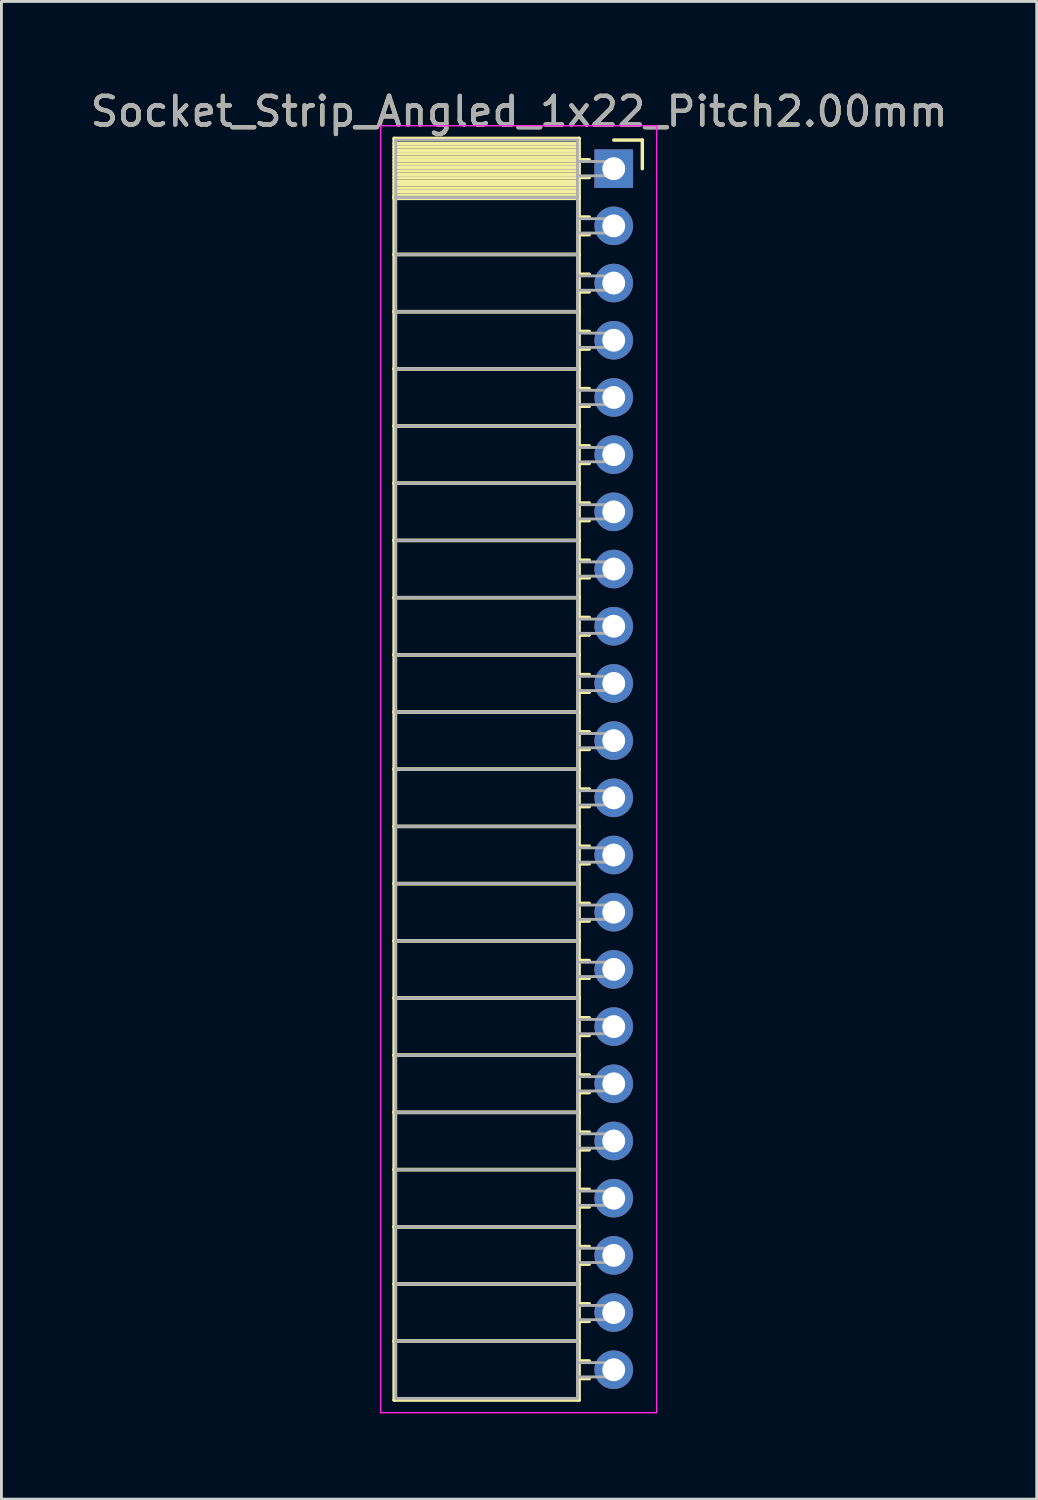
<source format=kicad_pcb>
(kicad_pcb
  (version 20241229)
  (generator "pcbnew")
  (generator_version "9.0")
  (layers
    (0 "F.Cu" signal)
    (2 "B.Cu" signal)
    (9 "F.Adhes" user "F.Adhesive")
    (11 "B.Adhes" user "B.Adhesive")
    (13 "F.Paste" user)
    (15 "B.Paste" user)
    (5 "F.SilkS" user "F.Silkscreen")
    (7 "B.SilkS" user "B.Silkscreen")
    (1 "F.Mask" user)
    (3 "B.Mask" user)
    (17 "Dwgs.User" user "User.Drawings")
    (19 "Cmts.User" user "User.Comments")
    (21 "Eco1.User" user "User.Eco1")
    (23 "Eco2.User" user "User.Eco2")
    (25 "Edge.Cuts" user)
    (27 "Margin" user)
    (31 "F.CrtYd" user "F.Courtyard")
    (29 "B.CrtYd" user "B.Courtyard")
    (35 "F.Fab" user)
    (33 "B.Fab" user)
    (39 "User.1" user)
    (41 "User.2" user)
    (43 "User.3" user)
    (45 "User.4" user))
  (footprint "Socket_Strip_Angled_1x22_Pitch2.00mm"
    (layer "F.Cu")
    (at 18.411 2.848)
    (property "Reference" "Socket_Strip_Angled_1x22_Pitch2.00mm" (at -3.31 -2 0) (layer "F.SilkS") (effects (font (size 1 1) (thickness 0.15))))
    (attr through_hole)
    (fp_line (start -7.68 -1.06) (end -1.21 -1.06) (stroke (width 0.12) (type solid)) (layer "F.SilkS"))
    (fp_line (start -7.68 1) (end -7.68 -1.06) (stroke (width 0.12) (type solid)) (layer "F.SilkS"))
    (fp_line (start -7.68 1) (end -1.21 1) (stroke (width 0.12) (type solid)) (layer "F.SilkS"))
    (fp_line (start -7.68 3) (end -7.68 1) (stroke (width 0.12) (type solid)) (layer "F.SilkS"))
    (fp_line (start -7.68 3) (end -1.21 3) (stroke (width 0.12) (type solid)) (layer "F.SilkS"))
    (fp_line (start -7.68 5) (end -7.68 3) (stroke (width 0.12) (type solid)) (layer "F.SilkS"))
    (fp_line (start -7.68 5) (end -1.21 5) (stroke (width 0.12) (type solid)) (layer "F.SilkS"))
    (fp_line (start -7.68 7) (end -7.68 5) (stroke (width 0.12) (type solid)) (layer "F.SilkS"))
    (fp_line (start -7.68 7) (end -1.21 7) (stroke (width 0.12) (type solid)) (layer "F.SilkS"))
    (fp_line (start -7.68 9) (end -7.68 7) (stroke (width 0.12) (type solid)) (layer "F.SilkS"))
    (fp_line (start -7.68 9) (end -1.21 9) (stroke (width 0.12) (type solid)) (layer "F.SilkS"))
    (fp_line (start -7.68 11) (end -7.68 9) (stroke (width 0.12) (type solid)) (layer "F.SilkS"))
    (fp_line (start -7.68 11) (end -1.21 11) (stroke (width 0.12) (type solid)) (layer "F.SilkS"))
    (fp_line (start -7.68 13) (end -7.68 11) (stroke (width 0.12) (type solid)) (layer "F.SilkS"))
    (fp_line (start -7.68 13) (end -1.21 13) (stroke (width 0.12) (type solid)) (layer "F.SilkS"))
    (fp_line (start -7.68 15) (end -7.68 13) (stroke (width 0.12) (type solid)) (layer "F.SilkS"))
    (fp_line (start -7.68 15) (end -1.21 15) (stroke (width 0.12) (type solid)) (layer "F.SilkS"))
    (fp_line (start -7.68 17) (end -7.68 15) (stroke (width 0.12) (type solid)) (layer "F.SilkS"))
    (fp_line (start -7.68 17) (end -1.21 17) (stroke (width 0.12) (type solid)) (layer "F.SilkS"))
    (fp_line (start -7.68 19) (end -7.68 17) (stroke (width 0.12) (type solid)) (layer "F.SilkS"))
    (fp_line (start -7.68 19) (end -1.21 19) (stroke (width 0.12) (type solid)) (layer "F.SilkS"))
    (fp_line (start -7.68 21) (end -7.68 19) (stroke (width 0.12) (type solid)) (layer "F.SilkS"))
    (fp_line (start -7.68 21) (end -1.21 21) (stroke (width 0.12) (type solid)) (layer "F.SilkS"))
    (fp_line (start -7.68 23) (end -7.68 21) (stroke (width 0.12) (type solid)) (layer "F.SilkS"))
    (fp_line (start -7.68 23) (end -1.21 23) (stroke (width 0.12) (type solid)) (layer "F.SilkS"))
    (fp_line (start -7.68 25) (end -7.68 23) (stroke (width 0.12) (type solid)) (layer "F.SilkS"))
    (fp_line (start -7.68 25) (end -1.21 25) (stroke (width 0.12) (type solid)) (layer "F.SilkS"))
    (fp_line (start -7.68 27) (end -7.68 25) (stroke (width 0.12) (type solid)) (layer "F.SilkS"))
    (fp_line (start -7.68 27) (end -1.21 27) (stroke (width 0.12) (type solid)) (layer "F.SilkS"))
    (fp_line (start -7.68 29) (end -7.68 27) (stroke (width 0.12) (type solid)) (layer "F.SilkS"))
    (fp_line (start -7.68 29) (end -1.21 29) (stroke (width 0.12) (type solid)) (layer "F.SilkS"))
    (fp_line (start -7.68 31) (end -7.68 29) (stroke (width 0.12) (type solid)) (layer "F.SilkS"))
    (fp_line (start -7.68 31) (end -1.21 31) (stroke (width 0.12) (type solid)) (layer "F.SilkS"))
    (fp_line (start -7.68 33) (end -7.68 31) (stroke (width 0.12) (type solid)) (layer "F.SilkS"))
    (fp_line (start -7.68 33) (end -1.21 33) (stroke (width 0.12) (type solid)) (layer "F.SilkS"))
    (fp_line (start -7.68 35) (end -7.68 33) (stroke (width 0.12) (type solid)) (layer "F.SilkS"))
    (fp_line (start -7.68 35) (end -1.21 35) (stroke (width 0.12) (type solid)) (layer "F.SilkS"))
    (fp_line (start -7.68 37) (end -7.68 35) (stroke (width 0.12) (type solid)) (layer "F.SilkS"))
    (fp_line (start -7.68 37) (end -1.21 37) (stroke (width 0.12) (type solid)) (layer "F.SilkS"))
    (fp_line (start -7.68 39) (end -7.68 37) (stroke (width 0.12) (type solid)) (layer "F.SilkS"))
    (fp_line (start -7.68 39) (end -1.21 39) (stroke (width 0.12) (type solid)) (layer "F.SilkS"))
    (fp_line (start -7.68 41) (end -7.68 39) (stroke (width 0.12) (type solid)) (layer "F.SilkS"))
    (fp_line (start -7.68 41) (end -1.21 41) (stroke (width 0.12) (type solid)) (layer "F.SilkS"))
    (fp_line (start -7.68 43.06) (end -7.68 41) (stroke (width 0.12) (type solid)) (layer "F.SilkS"))
    (fp_line (start -1.21 -1.06) (end -1.21 1) (stroke (width 0.12) (type solid)) (layer "F.SilkS"))
    (fp_line (start -1.21 -0.88) (end -7.68 -0.88) (stroke (width 0.12) (type solid)) (layer "F.SilkS"))
    (fp_line (start -1.21 -0.76) (end -7.68 -0.76) (stroke (width 0.12) (type solid)) (layer "F.SilkS"))
    (fp_line (start -1.21 -0.64) (end -7.68 -0.64) (stroke (width 0.12) (type solid)) (layer "F.SilkS"))
    (fp_line (start -1.21 -0.52) (end -7.68 -0.52) (stroke (width 0.12) (type solid)) (layer "F.SilkS"))
    (fp_line (start -1.21 -0.4) (end -7.68 -0.4) (stroke (width 0.12) (type solid)) (layer "F.SilkS"))
    (fp_line (start -1.21 -0.28) (end -7.68 -0.28) (stroke (width 0.12) (type solid)) (layer "F.SilkS"))
    (fp_line (start -1.21 -0.16) (end -7.68 -0.16) (stroke (width 0.12) (type solid)) (layer "F.SilkS"))
    (fp_line (start -1.21 -0.04) (end -7.68 -0.04) (stroke (width 0.12) (type solid)) (layer "F.SilkS"))
    (fp_line (start -1.21 0.08) (end -7.68 0.08) (stroke (width 0.12) (type solid)) (layer "F.SilkS"))
    (fp_line (start -1.21 0.2) (end -7.68 0.2) (stroke (width 0.12) (type solid)) (layer "F.SilkS"))
    (fp_line (start -1.21 0.32) (end -7.68 0.32) (stroke (width 0.12) (type solid)) (layer "F.SilkS"))
    (fp_line (start -1.21 0.44) (end -7.68 0.44) (stroke (width 0.12) (type solid)) (layer "F.SilkS"))
    (fp_line (start -1.21 0.56) (end -7.68 0.56) (stroke (width 0.12) (type solid)) (layer "F.SilkS"))
    (fp_line (start -1.21 0.68) (end -7.68 0.68) (stroke (width 0.12) (type solid)) (layer "F.SilkS"))
    (fp_line (start -1.21 0.8) (end -7.68 0.8) (stroke (width 0.12) (type solid)) (layer "F.SilkS"))
    (fp_line (start -1.21 0.92) (end -7.68 0.92) (stroke (width 0.12) (type solid)) (layer "F.SilkS"))
    (fp_line (start -1.21 1) (end -7.68 1) (stroke (width 0.12) (type solid)) (layer "F.SilkS"))
    (fp_line (start -1.21 1) (end -1.21 3) (stroke (width 0.12) (type solid)) (layer "F.SilkS"))
    (fp_line (start -1.21 1.04) (end -7.68 1.04) (stroke (width 0.12) (type solid)) (layer "F.SilkS"))
    (fp_line (start -1.21 3) (end -7.68 3) (stroke (width 0.12) (type solid)) (layer "F.SilkS"))
    (fp_line (start -1.21 3) (end -1.21 5) (stroke (width 0.12) (type solid)) (layer "F.SilkS"))
    (fp_line (start -1.21 5) (end -7.68 5) (stroke (width 0.12) (type solid)) (layer "F.SilkS"))
    (fp_line (start -1.21 5) (end -1.21 7) (stroke (width 0.12) (type solid)) (layer "F.SilkS"))
    (fp_line (start -1.21 7) (end -7.68 7) (stroke (width 0.12) (type solid)) (layer "F.SilkS"))
    (fp_line (start -1.21 7) (end -1.21 9) (stroke (width 0.12) (type solid)) (layer "F.SilkS"))
    (fp_line (start -1.21 9) (end -7.68 9) (stroke (width 0.12) (type solid)) (layer "F.SilkS"))
    (fp_line (start -1.21 9) (end -1.21 11) (stroke (width 0.12) (type solid)) (layer "F.SilkS"))
    (fp_line (start -1.21 11) (end -7.68 11) (stroke (width 0.12) (type solid)) (layer "F.SilkS"))
    (fp_line (start -1.21 11) (end -1.21 13) (stroke (width 0.12) (type solid)) (layer "F.SilkS"))
    (fp_line (start -1.21 13) (end -7.68 13) (stroke (width 0.12) (type solid)) (layer "F.SilkS"))
    (fp_line (start -1.21 13) (end -1.21 15) (stroke (width 0.12) (type solid)) (layer "F.SilkS"))
    (fp_line (start -1.21 15) (end -7.68 15) (stroke (width 0.12) (type solid)) (layer "F.SilkS"))
    (fp_line (start -1.21 15) (end -1.21 17) (stroke (width 0.12) (type solid)) (layer "F.SilkS"))
    (fp_line (start -1.21 17) (end -7.68 17) (stroke (width 0.12) (type solid)) (layer "F.SilkS"))
    (fp_line (start -1.21 17) (end -1.21 19) (stroke (width 0.12) (type solid)) (layer "F.SilkS"))
    (fp_line (start -1.21 19) (end -7.68 19) (stroke (width 0.12) (type solid)) (layer "F.SilkS"))
    (fp_line (start -1.21 19) (end -1.21 21) (stroke (width 0.12) (type solid)) (layer "F.SilkS"))
    (fp_line (start -1.21 21) (end -7.68 21) (stroke (width 0.12) (type solid)) (layer "F.SilkS"))
    (fp_line (start -1.21 21) (end -1.21 23) (stroke (width 0.12) (type solid)) (layer "F.SilkS"))
    (fp_line (start -1.21 23) (end -7.68 23) (stroke (width 0.12) (type solid)) (layer "F.SilkS"))
    (fp_line (start -1.21 23) (end -1.21 25) (stroke (width 0.12) (type solid)) (layer "F.SilkS"))
    (fp_line (start -1.21 25) (end -7.68 25) (stroke (width 0.12) (type solid)) (layer "F.SilkS"))
    (fp_line (start -1.21 25) (end -1.21 27) (stroke (width 0.12) (type solid)) (layer "F.SilkS"))
    (fp_line (start -1.21 27) (end -7.68 27) (stroke (width 0.12) (type solid)) (layer "F.SilkS"))
    (fp_line (start -1.21 27) (end -1.21 29) (stroke (width 0.12) (type solid)) (layer "F.SilkS"))
    (fp_line (start -1.21 29) (end -7.68 29) (stroke (width 0.12) (type solid)) (layer "F.SilkS"))
    (fp_line (start -1.21 29) (end -1.21 31) (stroke (width 0.12) (type solid)) (layer "F.SilkS"))
    (fp_line (start -1.21 31) (end -7.68 31) (stroke (width 0.12) (type solid)) (layer "F.SilkS"))
    (fp_line (start -1.21 31) (end -1.21 33) (stroke (width 0.12) (type solid)) (layer "F.SilkS"))
    (fp_line (start -1.21 33) (end -7.68 33) (stroke (width 0.12) (type solid)) (layer "F.SilkS"))
    (fp_line (start -1.21 33) (end -1.21 35) (stroke (width 0.12) (type solid)) (layer "F.SilkS"))
    (fp_line (start -1.21 35) (end -7.68 35) (stroke (width 0.12) (type solid)) (layer "F.SilkS"))
    (fp_line (start -1.21 35) (end -1.21 37) (stroke (width 0.12) (type solid)) (layer "F.SilkS"))
    (fp_line (start -1.21 37) (end -7.68 37) (stroke (width 0.12) (type solid)) (layer "F.SilkS"))
    (fp_line (start -1.21 37) (end -1.21 39) (stroke (width 0.12) (type solid)) (layer "F.SilkS"))
    (fp_line (start -1.21 39) (end -7.68 39) (stroke (width 0.12) (type solid)) (layer "F.SilkS"))
    (fp_line (start -1.21 39) (end -1.21 41) (stroke (width 0.12) (type solid)) (layer "F.SilkS"))
    (fp_line (start -1.21 41) (end -7.68 41) (stroke (width 0.12) (type solid)) (layer "F.SilkS"))
    (fp_line (start -1.21 41) (end -1.21 43.06) (stroke (width 0.12) (type solid)) (layer "F.SilkS"))
    (fp_line (start -1.21 43.06) (end -7.68 43.06) (stroke (width 0.12) (type solid)) (layer "F.SilkS"))
    (fp_line (start -0.855 -0.31) (end -1.21 -0.31) (stroke (width 0.12) (type solid)) (layer "F.SilkS"))
    (fp_line (start -0.855 0.31) (end -1.21 0.31) (stroke (width 0.12) (type solid)) (layer "F.SilkS"))
    (fp_line (start -0.855 1.69) (end -1.21 1.69) (stroke (width 0.12) (type solid)) (layer "F.SilkS"))
    (fp_line (start -0.855 2.31) (end -1.21 2.31) (stroke (width 0.12) (type solid)) (layer "F.SilkS"))
    (fp_line (start -0.855 3.69) (end -1.21 3.69) (stroke (width 0.12) (type solid)) (layer "F.SilkS"))
    (fp_line (start -0.855 4.31) (end -1.21 4.31) (stroke (width 0.12) (type solid)) (layer "F.SilkS"))
    (fp_line (start -0.855 5.69) (end -1.21 5.69) (stroke (width 0.12) (type solid)) (layer "F.SilkS"))
    (fp_line (start -0.855 6.31) (end -1.21 6.31) (stroke (width 0.12) (type solid)) (layer "F.SilkS"))
    (fp_line (start -0.855 7.69) (end -1.21 7.69) (stroke (width 0.12) (type solid)) (layer "F.SilkS"))
    (fp_line (start -0.855 8.31) (end -1.21 8.31) (stroke (width 0.12) (type solid)) (layer "F.SilkS"))
    (fp_line (start -0.855 9.69) (end -1.21 9.69) (stroke (width 0.12) (type solid)) (layer "F.SilkS"))
    (fp_line (start -0.855 10.31) (end -1.21 10.31) (stroke (width 0.12) (type solid)) (layer "F.SilkS"))
    (fp_line (start -0.855 11.69) (end -1.21 11.69) (stroke (width 0.12) (type solid)) (layer "F.SilkS"))
    (fp_line (start -0.855 12.31) (end -1.21 12.31) (stroke (width 0.12) (type solid)) (layer "F.SilkS"))
    (fp_line (start -0.855 13.69) (end -1.21 13.69) (stroke (width 0.12) (type solid)) (layer "F.SilkS"))
    (fp_line (start -0.855 14.31) (end -1.21 14.31) (stroke (width 0.12) (type solid)) (layer "F.SilkS"))
    (fp_line (start -0.855 15.69) (end -1.21 15.69) (stroke (width 0.12) (type solid)) (layer "F.SilkS"))
    (fp_line (start -0.855 16.31) (end -1.21 16.31) (stroke (width 0.12) (type solid)) (layer "F.SilkS"))
    (fp_line (start -0.855 17.69) (end -1.21 17.69) (stroke (width 0.12) (type solid)) (layer "F.SilkS"))
    (fp_line (start -0.855 18.31) (end -1.21 18.31) (stroke (width 0.12) (type solid)) (layer "F.SilkS"))
    (fp_line (start -0.855 19.69) (end -1.21 19.69) (stroke (width 0.12) (type solid)) (layer "F.SilkS"))
    (fp_line (start -0.855 20.31) (end -1.21 20.31) (stroke (width 0.12) (type solid)) (layer "F.SilkS"))
    (fp_line (start -0.855 21.69) (end -1.21 21.69) (stroke (width 0.12) (type solid)) (layer "F.SilkS"))
    (fp_line (start -0.855 22.31) (end -1.21 22.31) (stroke (width 0.12) (type solid)) (layer "F.SilkS"))
    (fp_line (start -0.855 23.69) (end -1.21 23.69) (stroke (width 0.12) (type solid)) (layer "F.SilkS"))
    (fp_line (start -0.855 24.31) (end -1.21 24.31) (stroke (width 0.12) (type solid)) (layer "F.SilkS"))
    (fp_line (start -0.855 25.69) (end -1.21 25.69) (stroke (width 0.12) (type solid)) (layer "F.SilkS"))
    (fp_line (start -0.855 26.31) (end -1.21 26.31) (stroke (width 0.12) (type solid)) (layer "F.SilkS"))
    (fp_line (start -0.855 27.69) (end -1.21 27.69) (stroke (width 0.12) (type solid)) (layer "F.SilkS"))
    (fp_line (start -0.855 28.31) (end -1.21 28.31) (stroke (width 0.12) (type solid)) (layer "F.SilkS"))
    (fp_line (start -0.855 29.69) (end -1.21 29.69) (stroke (width 0.12) (type solid)) (layer "F.SilkS"))
    (fp_line (start -0.855 30.31) (end -1.21 30.31) (stroke (width 0.12) (type solid)) (layer "F.SilkS"))
    (fp_line (start -0.855 31.69) (end -1.21 31.69) (stroke (width 0.12) (type solid)) (layer "F.SilkS"))
    (fp_line (start -0.855 32.31) (end -1.21 32.31) (stroke (width 0.12) (type solid)) (layer "F.SilkS"))
    (fp_line (start -0.855 33.69) (end -1.21 33.69) (stroke (width 0.12) (type solid)) (layer "F.SilkS"))
    (fp_line (start -0.855 34.31) (end -1.21 34.31) (stroke (width 0.12) (type solid)) (layer "F.SilkS"))
    (fp_line (start -0.855 35.69) (end -1.21 35.69) (stroke (width 0.12) (type solid)) (layer "F.SilkS"))
    (fp_line (start -0.855 36.31) (end -1.21 36.31) (stroke (width 0.12) (type solid)) (layer "F.SilkS"))
    (fp_line (start -0.855 37.69) (end -1.21 37.69) (stroke (width 0.12) (type solid)) (layer "F.SilkS"))
    (fp_line (start -0.855 38.31) (end -1.21 38.31) (stroke (width 0.12) (type solid)) (layer "F.SilkS"))
    (fp_line (start -0.855 39.69) (end -1.21 39.69) (stroke (width 0.12) (type solid)) (layer "F.SilkS"))
    (fp_line (start -0.855 40.31) (end -1.21 40.31) (stroke (width 0.12) (type solid)) (layer "F.SilkS"))
    (fp_line (start -0.855 41.69) (end -1.21 41.69) (stroke (width 0.12) (type solid)) (layer "F.SilkS"))
    (fp_line (start -0.855 42.31) (end -1.21 42.31) (stroke (width 0.12) (type solid)) (layer "F.SilkS"))
    (fp_line (start 0 -1) (end 1 -1) (stroke (width 0.12) (type solid)) (layer "F.SilkS"))
    (fp_line (start 1 -1) (end 1 0) (stroke (width 0.12) (type solid)) (layer "F.SilkS"))
    (fp_line (start -8.15 -1.5) (end 1.5 -1.5) (stroke (width 0.05) (type solid)) (layer "F.CrtYd"))
    (fp_line (start -8.15 43.5) (end -8.15 -1.5) (stroke (width 0.05) (type solid)) (layer "F.CrtYd"))
    (fp_line (start 1.5 -1.5) (end 1.5 43.5) (stroke (width 0.05) (type solid)) (layer "F.CrtYd"))
    (fp_line (start 1.5 43.5) (end -8.15 43.5) (stroke (width 0.05) (type solid)) (layer "F.CrtYd"))
    (fp_line (start -7.62 -1) (end -1.27 -1) (stroke (width 0.1) (type solid)) (layer "F.Fab"))
    (fp_line (start -7.62 1) (end -7.62 -1) (stroke (width 0.1) (type solid)) (layer "F.Fab"))
    (fp_line (start -7.62 1) (end -1.27 1) (stroke (width 0.1) (type solid)) (layer "F.Fab"))
    (fp_line (start -7.62 3) (end -7.62 1) (stroke (width 0.1) (type solid)) (layer "F.Fab"))
    (fp_line (start -7.62 3) (end -1.27 3) (stroke (width 0.1) (type solid)) (layer "F.Fab"))
    (fp_line (start -7.62 5) (end -7.62 3) (stroke (width 0.1) (type solid)) (layer "F.Fab"))
    (fp_line (start -7.62 5) (end -1.27 5) (stroke (width 0.1) (type solid)) (layer "F.Fab"))
    (fp_line (start -7.62 7) (end -7.62 5) (stroke (width 0.1) (type solid)) (layer "F.Fab"))
    (fp_line (start -7.62 7) (end -1.27 7) (stroke (width 0.1) (type solid)) (layer "F.Fab"))
    (fp_line (start -7.62 9) (end -7.62 7) (stroke (width 0.1) (type solid)) (layer "F.Fab"))
    (fp_line (start -7.62 9) (end -1.27 9) (stroke (width 0.1) (type solid)) (layer "F.Fab"))
    (fp_line (start -7.62 11) (end -7.62 9) (stroke (width 0.1) (type solid)) (layer "F.Fab"))
    (fp_line (start -7.62 11) (end -1.27 11) (stroke (width 0.1) (type solid)) (layer "F.Fab"))
    (fp_line (start -7.62 13) (end -7.62 11) (stroke (width 0.1) (type solid)) (layer "F.Fab"))
    (fp_line (start -7.62 13) (end -1.27 13) (stroke (width 0.1) (type solid)) (layer "F.Fab"))
    (fp_line (start -7.62 15) (end -7.62 13) (stroke (width 0.1) (type solid)) (layer "F.Fab"))
    (fp_line (start -7.62 15) (end -1.27 15) (stroke (width 0.1) (type solid)) (layer "F.Fab"))
    (fp_line (start -7.62 17) (end -7.62 15) (stroke (width 0.1) (type solid)) (layer "F.Fab"))
    (fp_line (start -7.62 17) (end -1.27 17) (stroke (width 0.1) (type solid)) (layer "F.Fab"))
    (fp_line (start -7.62 19) (end -7.62 17) (stroke (width 0.1) (type solid)) (layer "F.Fab"))
    (fp_line (start -7.62 19) (end -1.27 19) (stroke (width 0.1) (type solid)) (layer "F.Fab"))
    (fp_line (start -7.62 21) (end -7.62 19) (stroke (width 0.1) (type solid)) (layer "F.Fab"))
    (fp_line (start -7.62 21) (end -1.27 21) (stroke (width 0.1) (type solid)) (layer "F.Fab"))
    (fp_line (start -7.62 23) (end -7.62 21) (stroke (width 0.1) (type solid)) (layer "F.Fab"))
    (fp_line (start -7.62 23) (end -1.27 23) (stroke (width 0.1) (type solid)) (layer "F.Fab"))
    (fp_line (start -7.62 25) (end -7.62 23) (stroke (width 0.1) (type solid)) (layer "F.Fab"))
    (fp_line (start -7.62 25) (end -1.27 25) (stroke (width 0.1) (type solid)) (layer "F.Fab"))
    (fp_line (start -7.62 27) (end -7.62 25) (stroke (width 0.1) (type solid)) (layer "F.Fab"))
    (fp_line (start -7.62 27) (end -1.27 27) (stroke (width 0.1) (type solid)) (layer "F.Fab"))
    (fp_line (start -7.62 29) (end -7.62 27) (stroke (width 0.1) (type solid)) (layer "F.Fab"))
    (fp_line (start -7.62 29) (end -1.27 29) (stroke (width 0.1) (type solid)) (layer "F.Fab"))
    (fp_line (start -7.62 31) (end -7.62 29) (stroke (width 0.1) (type solid)) (layer "F.Fab"))
    (fp_line (start -7.62 31) (end -1.27 31) (stroke (width 0.1) (type solid)) (layer "F.Fab"))
    (fp_line (start -7.62 33) (end -7.62 31) (stroke (width 0.1) (type solid)) (layer "F.Fab"))
    (fp_line (start -7.62 33) (end -1.27 33) (stroke (width 0.1) (type solid)) (layer "F.Fab"))
    (fp_line (start -7.62 35) (end -7.62 33) (stroke (width 0.1) (type solid)) (layer "F.Fab"))
    (fp_line (start -7.62 35) (end -1.27 35) (stroke (width 0.1) (type solid)) (layer "F.Fab"))
    (fp_line (start -7.62 37) (end -7.62 35) (stroke (width 0.1) (type solid)) (layer "F.Fab"))
    (fp_line (start -7.62 37) (end -1.27 37) (stroke (width 0.1) (type solid)) (layer "F.Fab"))
    (fp_line (start -7.62 39) (end -7.62 37) (stroke (width 0.1) (type solid)) (layer "F.Fab"))
    (fp_line (start -7.62 39) (end -1.27 39) (stroke (width 0.1) (type solid)) (layer "F.Fab"))
    (fp_line (start -7.62 41) (end -7.62 39) (stroke (width 0.1) (type solid)) (layer "F.Fab"))
    (fp_line (start -7.62 41) (end -1.27 41) (stroke (width 0.1) (type solid)) (layer "F.Fab"))
    (fp_line (start -7.62 43) (end -7.62 41) (stroke (width 0.1) (type solid)) (layer "F.Fab"))
    (fp_line (start -1.27 -1) (end -1.27 1) (stroke (width 0.1) (type solid)) (layer "F.Fab"))
    (fp_line (start -1.27 -0.25) (end 0 -0.25) (stroke (width 0.1) (type solid)) (layer "F.Fab"))
    (fp_line (start -1.27 0.25) (end -1.27 -0.25) (stroke (width 0.1) (type solid)) (layer "F.Fab"))
    (fp_line (start -1.27 1) (end -7.62 1) (stroke (width 0.1) (type solid)) (layer "F.Fab"))
    (fp_line (start -1.27 1) (end -1.27 3) (stroke (width 0.1) (type solid)) (layer "F.Fab"))
    (fp_line (start -1.27 1.75) (end 0 1.75) (stroke (width 0.1) (type solid)) (layer "F.Fab"))
    (fp_line (start -1.27 2.25) (end -1.27 1.75) (stroke (width 0.1) (type solid)) (layer "F.Fab"))
    (fp_line (start -1.27 3) (end -7.62 3) (stroke (width 0.1) (type solid)) (layer "F.Fab"))
    (fp_line (start -1.27 3) (end -1.27 5) (stroke (width 0.1) (type solid)) (layer "F.Fab"))
    (fp_line (start -1.27 3.75) (end 0 3.75) (stroke (width 0.1) (type solid)) (layer "F.Fab"))
    (fp_line (start -1.27 4.25) (end -1.27 3.75) (stroke (width 0.1) (type solid)) (layer "F.Fab"))
    (fp_line (start -1.27 5) (end -7.62 5) (stroke (width 0.1) (type solid)) (layer "F.Fab"))
    (fp_line (start -1.27 5) (end -1.27 7) (stroke (width 0.1) (type solid)) (layer "F.Fab"))
    (fp_line (start -1.27 5.75) (end 0 5.75) (stroke (width 0.1) (type solid)) (layer "F.Fab"))
    (fp_line (start -1.27 6.25) (end -1.27 5.75) (stroke (width 0.1) (type solid)) (layer "F.Fab"))
    (fp_line (start -1.27 7) (end -7.62 7) (stroke (width 0.1) (type solid)) (layer "F.Fab"))
    (fp_line (start -1.27 7) (end -1.27 9) (stroke (width 0.1) (type solid)) (layer "F.Fab"))
    (fp_line (start -1.27 7.75) (end 0 7.75) (stroke (width 0.1) (type solid)) (layer "F.Fab"))
    (fp_line (start -1.27 8.25) (end -1.27 7.75) (stroke (width 0.1) (type solid)) (layer "F.Fab"))
    (fp_line (start -1.27 9) (end -7.62 9) (stroke (width 0.1) (type solid)) (layer "F.Fab"))
    (fp_line (start -1.27 9) (end -1.27 11) (stroke (width 0.1) (type solid)) (layer "F.Fab"))
    (fp_line (start -1.27 9.75) (end 0 9.75) (stroke (width 0.1) (type solid)) (layer "F.Fab"))
    (fp_line (start -1.27 10.25) (end -1.27 9.75) (stroke (width 0.1) (type solid)) (layer "F.Fab"))
    (fp_line (start -1.27 11) (end -7.62 11) (stroke (width 0.1) (type solid)) (layer "F.Fab"))
    (fp_line (start -1.27 11) (end -1.27 13) (stroke (width 0.1) (type solid)) (layer "F.Fab"))
    (fp_line (start -1.27 11.75) (end 0 11.75) (stroke (width 0.1) (type solid)) (layer "F.Fab"))
    (fp_line (start -1.27 12.25) (end -1.27 11.75) (stroke (width 0.1) (type solid)) (layer "F.Fab"))
    (fp_line (start -1.27 13) (end -7.62 13) (stroke (width 0.1) (type solid)) (layer "F.Fab"))
    (fp_line (start -1.27 13) (end -1.27 15) (stroke (width 0.1) (type solid)) (layer "F.Fab"))
    (fp_line (start -1.27 13.75) (end 0 13.75) (stroke (width 0.1) (type solid)) (layer "F.Fab"))
    (fp_line (start -1.27 14.25) (end -1.27 13.75) (stroke (width 0.1) (type solid)) (layer "F.Fab"))
    (fp_line (start -1.27 15) (end -7.62 15) (stroke (width 0.1) (type solid)) (layer "F.Fab"))
    (fp_line (start -1.27 15) (end -1.27 17) (stroke (width 0.1) (type solid)) (layer "F.Fab"))
    (fp_line (start -1.27 15.75) (end 0 15.75) (stroke (width 0.1) (type solid)) (layer "F.Fab"))
    (fp_line (start -1.27 16.25) (end -1.27 15.75) (stroke (width 0.1) (type solid)) (layer "F.Fab"))
    (fp_line (start -1.27 17) (end -7.62 17) (stroke (width 0.1) (type solid)) (layer "F.Fab"))
    (fp_line (start -1.27 17) (end -1.27 19) (stroke (width 0.1) (type solid)) (layer "F.Fab"))
    (fp_line (start -1.27 17.75) (end 0 17.75) (stroke (width 0.1) (type solid)) (layer "F.Fab"))
    (fp_line (start -1.27 18.25) (end -1.27 17.75) (stroke (width 0.1) (type solid)) (layer "F.Fab"))
    (fp_line (start -1.27 19) (end -7.62 19) (stroke (width 0.1) (type solid)) (layer "F.Fab"))
    (fp_line (start -1.27 19) (end -1.27 21) (stroke (width 0.1) (type solid)) (layer "F.Fab"))
    (fp_line (start -1.27 19.75) (end 0 19.75) (stroke (width 0.1) (type solid)) (layer "F.Fab"))
    (fp_line (start -1.27 20.25) (end -1.27 19.75) (stroke (width 0.1) (type solid)) (layer "F.Fab"))
    (fp_line (start -1.27 21) (end -7.62 21) (stroke (width 0.1) (type solid)) (layer "F.Fab"))
    (fp_line (start -1.27 21) (end -1.27 23) (stroke (width 0.1) (type solid)) (layer "F.Fab"))
    (fp_line (start -1.27 21.75) (end 0 21.75) (stroke (width 0.1) (type solid)) (layer "F.Fab"))
    (fp_line (start -1.27 22.25) (end -1.27 21.75) (stroke (width 0.1) (type solid)) (layer "F.Fab"))
    (fp_line (start -1.27 23) (end -7.62 23) (stroke (width 0.1) (type solid)) (layer "F.Fab"))
    (fp_line (start -1.27 23) (end -1.27 25) (stroke (width 0.1) (type solid)) (layer "F.Fab"))
    (fp_line (start -1.27 23.75) (end 0 23.75) (stroke (width 0.1) (type solid)) (layer "F.Fab"))
    (fp_line (start -1.27 24.25) (end -1.27 23.75) (stroke (width 0.1) (type solid)) (layer "F.Fab"))
    (fp_line (start -1.27 25) (end -7.62 25) (stroke (width 0.1) (type solid)) (layer "F.Fab"))
    (fp_line (start -1.27 25) (end -1.27 27) (stroke (width 0.1) (type solid)) (layer "F.Fab"))
    (fp_line (start -1.27 25.75) (end 0 25.75) (stroke (width 0.1) (type solid)) (layer "F.Fab"))
    (fp_line (start -1.27 26.25) (end -1.27 25.75) (stroke (width 0.1) (type solid)) (layer "F.Fab"))
    (fp_line (start -1.27 27) (end -7.62 27) (stroke (width 0.1) (type solid)) (layer "F.Fab"))
    (fp_line (start -1.27 27) (end -1.27 29) (stroke (width 0.1) (type solid)) (layer "F.Fab"))
    (fp_line (start -1.27 27.75) (end 0 27.75) (stroke (width 0.1) (type solid)) (layer "F.Fab"))
    (fp_line (start -1.27 28.25) (end -1.27 27.75) (stroke (width 0.1) (type solid)) (layer "F.Fab"))
    (fp_line (start -1.27 29) (end -7.62 29) (stroke (width 0.1) (type solid)) (layer "F.Fab"))
    (fp_line (start -1.27 29) (end -1.27 31) (stroke (width 0.1) (type solid)) (layer "F.Fab"))
    (fp_line (start -1.27 29.75) (end 0 29.75) (stroke (width 0.1) (type solid)) (layer "F.Fab"))
    (fp_line (start -1.27 30.25) (end -1.27 29.75) (stroke (width 0.1) (type solid)) (layer "F.Fab"))
    (fp_line (start -1.27 31) (end -7.62 31) (stroke (width 0.1) (type solid)) (layer "F.Fab"))
    (fp_line (start -1.27 31) (end -1.27 33) (stroke (width 0.1) (type solid)) (layer "F.Fab"))
    (fp_line (start -1.27 31.75) (end 0 31.75) (stroke (width 0.1) (type solid)) (layer "F.Fab"))
    (fp_line (start -1.27 32.25) (end -1.27 31.75) (stroke (width 0.1) (type solid)) (layer "F.Fab"))
    (fp_line (start -1.27 33) (end -7.62 33) (stroke (width 0.1) (type solid)) (layer "F.Fab"))
    (fp_line (start -1.27 33) (end -1.27 35) (stroke (width 0.1) (type solid)) (layer "F.Fab"))
    (fp_line (start -1.27 33.75) (end 0 33.75) (stroke (width 0.1) (type solid)) (layer "F.Fab"))
    (fp_line (start -1.27 34.25) (end -1.27 33.75) (stroke (width 0.1) (type solid)) (layer "F.Fab"))
    (fp_line (start -1.27 35) (end -7.62 35) (stroke (width 0.1) (type solid)) (layer "F.Fab"))
    (fp_line (start -1.27 35) (end -1.27 37) (stroke (width 0.1) (type solid)) (layer "F.Fab"))
    (fp_line (start -1.27 35.75) (end 0 35.75) (stroke (width 0.1) (type solid)) (layer "F.Fab"))
    (fp_line (start -1.27 36.25) (end -1.27 35.75) (stroke (width 0.1) (type solid)) (layer "F.Fab"))
    (fp_line (start -1.27 37) (end -7.62 37) (stroke (width 0.1) (type solid)) (layer "F.Fab"))
    (fp_line (start -1.27 37) (end -1.27 39) (stroke (width 0.1) (type solid)) (layer "F.Fab"))
    (fp_line (start -1.27 37.75) (end 0 37.75) (stroke (width 0.1) (type solid)) (layer "F.Fab"))
    (fp_line (start -1.27 38.25) (end -1.27 37.75) (stroke (width 0.1) (type solid)) (layer "F.Fab"))
    (fp_line (start -1.27 39) (end -7.62 39) (stroke (width 0.1) (type solid)) (layer "F.Fab"))
    (fp_line (start -1.27 39) (end -1.27 41) (stroke (width 0.1) (type solid)) (layer "F.Fab"))
    (fp_line (start -1.27 39.75) (end 0 39.75) (stroke (width 0.1) (type solid)) (layer "F.Fab"))
    (fp_line (start -1.27 40.25) (end -1.27 39.75) (stroke (width 0.1) (type solid)) (layer "F.Fab"))
    (fp_line (start -1.27 41) (end -7.62 41) (stroke (width 0.1) (type solid)) (layer "F.Fab"))
    (fp_line (start -1.27 41) (end -1.27 43) (stroke (width 0.1) (type solid)) (layer "F.Fab"))
    (fp_line (start -1.27 41.75) (end 0 41.75) (stroke (width 0.1) (type solid)) (layer "F.Fab"))
    (fp_line (start -1.27 42.25) (end -1.27 41.75) (stroke (width 0.1) (type solid)) (layer "F.Fab"))
    (fp_line (start -1.27 43) (end -7.62 43) (stroke (width 0.1) (type solid)) (layer "F.Fab"))
    (fp_line (start 0 -0.25) (end 0 0.25) (stroke (width 0.1) (type solid)) (layer "F.Fab"))
    (fp_line (start 0 0.25) (end -1.27 0.25) (stroke (width 0.1) (type solid)) (layer "F.Fab"))
    (fp_line (start 0 1.75) (end 0 2.25) (stroke (width 0.1) (type solid)) (layer "F.Fab"))
    (fp_line (start 0 2.25) (end -1.27 2.25) (stroke (width 0.1) (type solid)) (layer "F.Fab"))
    (fp_line (start 0 3.75) (end 0 4.25) (stroke (width 0.1) (type solid)) (layer "F.Fab"))
    (fp_line (start 0 4.25) (end -1.27 4.25) (stroke (width 0.1) (type solid)) (layer "F.Fab"))
    (fp_line (start 0 5.75) (end 0 6.25) (stroke (width 0.1) (type solid)) (layer "F.Fab"))
    (fp_line (start 0 6.25) (end -1.27 6.25) (stroke (width 0.1) (type solid)) (layer "F.Fab"))
    (fp_line (start 0 7.75) (end 0 8.25) (stroke (width 0.1) (type solid)) (layer "F.Fab"))
    (fp_line (start 0 8.25) (end -1.27 8.25) (stroke (width 0.1) (type solid)) (layer "F.Fab"))
    (fp_line (start 0 9.75) (end 0 10.25) (stroke (width 0.1) (type solid)) (layer "F.Fab"))
    (fp_line (start 0 10.25) (end -1.27 10.25) (stroke (width 0.1) (type solid)) (layer "F.Fab"))
    (fp_line (start 0 11.75) (end 0 12.25) (stroke (width 0.1) (type solid)) (layer "F.Fab"))
    (fp_line (start 0 12.25) (end -1.27 12.25) (stroke (width 0.1) (type solid)) (layer "F.Fab"))
    (fp_line (start 0 13.75) (end 0 14.25) (stroke (width 0.1) (type solid)) (layer "F.Fab"))
    (fp_line (start 0 14.25) (end -1.27 14.25) (stroke (width 0.1) (type solid)) (layer "F.Fab"))
    (fp_line (start 0 15.75) (end 0 16.25) (stroke (width 0.1) (type solid)) (layer "F.Fab"))
    (fp_line (start 0 16.25) (end -1.27 16.25) (stroke (width 0.1) (type solid)) (layer "F.Fab"))
    (fp_line (start 0 17.75) (end 0 18.25) (stroke (width 0.1) (type solid)) (layer "F.Fab"))
    (fp_line (start 0 18.25) (end -1.27 18.25) (stroke (width 0.1) (type solid)) (layer "F.Fab"))
    (fp_line (start 0 19.75) (end 0 20.25) (stroke (width 0.1) (type solid)) (layer "F.Fab"))
    (fp_line (start 0 20.25) (end -1.27 20.25) (stroke (width 0.1) (type solid)) (layer "F.Fab"))
    (fp_line (start 0 21.75) (end 0 22.25) (stroke (width 0.1) (type solid)) (layer "F.Fab"))
    (fp_line (start 0 22.25) (end -1.27 22.25) (stroke (width 0.1) (type solid)) (layer "F.Fab"))
    (fp_line (start 0 23.75) (end 0 24.25) (stroke (width 0.1) (type solid)) (layer "F.Fab"))
    (fp_line (start 0 24.25) (end -1.27 24.25) (stroke (width 0.1) (type solid)) (layer "F.Fab"))
    (fp_line (start 0 25.75) (end 0 26.25) (stroke (width 0.1) (type solid)) (layer "F.Fab"))
    (fp_line (start 0 26.25) (end -1.27 26.25) (stroke (width 0.1) (type solid)) (layer "F.Fab"))
    (fp_line (start 0 27.75) (end 0 28.25) (stroke (width 0.1) (type solid)) (layer "F.Fab"))
    (fp_line (start 0 28.25) (end -1.27 28.25) (stroke (width 0.1) (type solid)) (layer "F.Fab"))
    (fp_line (start 0 29.75) (end 0 30.25) (stroke (width 0.1) (type solid)) (layer "F.Fab"))
    (fp_line (start 0 30.25) (end -1.27 30.25) (stroke (width 0.1) (type solid)) (layer "F.Fab"))
    (fp_line (start 0 31.75) (end 0 32.25) (stroke (width 0.1) (type solid)) (layer "F.Fab"))
    (fp_line (start 0 32.25) (end -1.27 32.25) (stroke (width 0.1) (type solid)) (layer "F.Fab"))
    (fp_line (start 0 33.75) (end 0 34.25) (stroke (width 0.1) (type solid)) (layer "F.Fab"))
    (fp_line (start 0 34.25) (end -1.27 34.25) (stroke (width 0.1) (type solid)) (layer "F.Fab"))
    (fp_line (start 0 35.75) (end 0 36.25) (stroke (width 0.1) (type solid)) (layer "F.Fab"))
    (fp_line (start 0 36.25) (end -1.27 36.25) (stroke (width 0.1) (type solid)) (layer "F.Fab"))
    (fp_line (start 0 37.75) (end 0 38.25) (stroke (width 0.1) (type solid)) (layer "F.Fab"))
    (fp_line (start 0 38.25) (end -1.27 38.25) (stroke (width 0.1) (type solid)) (layer "F.Fab"))
    (fp_line (start 0 39.75) (end 0 40.25) (stroke (width 0.1) (type solid)) (layer "F.Fab"))
    (fp_line (start 0 40.25) (end -1.27 40.25) (stroke (width 0.1) (type solid)) (layer "F.Fab"))
    (fp_line (start 0 41.75) (end 0 42.25) (stroke (width 0.1) (type solid)) (layer "F.Fab"))
    (fp_line (start 0 42.25) (end -1.27 42.25) (stroke (width 0.1) (type solid)) (layer "F.Fab"))
    (fp_text user "${REFERENCE}" (at -3.31 -2 0) (layer "F.Fab") (effects (font (size 1 1) (thickness 0.15))))
    (pad "1" thru_hole rect (at 0 0) (size 1.35 1.35) (drill 0.8) (layers "*.Cu" "*.Mask"))
    (pad "2" thru_hole oval (at 0 2) (size 1.35 1.35) (drill 0.8) (layers "*.Cu" "*.Mask"))
    (pad "3" thru_hole oval (at 0 4) (size 1.35 1.35) (drill 0.8) (layers "*.Cu" "*.Mask"))
    (pad "4" thru_hole oval (at 0 6) (size 1.35 1.35) (drill 0.8) (layers "*.Cu" "*.Mask"))
    (pad "5" thru_hole oval (at 0 8) (size 1.35 1.35) (drill 0.8) (layers "*.Cu" "*.Mask"))
    (pad "6" thru_hole oval (at 0 10) (size 1.35 1.35) (drill 0.8) (layers "*.Cu" "*.Mask"))
    (pad "7" thru_hole oval (at 0 12) (size 1.35 1.35) (drill 0.8) (layers "*.Cu" "*.Mask"))
    (pad "8" thru_hole oval (at 0 14) (size 1.35 1.35) (drill 0.8) (layers "*.Cu" "*.Mask"))
    (pad "9" thru_hole oval (at 0 16) (size 1.35 1.35) (drill 0.8) (layers "*.Cu" "*.Mask"))
    (pad "10" thru_hole oval (at 0 18) (size 1.35 1.35) (drill 0.8) (layers "*.Cu" "*.Mask"))
    (pad "11" thru_hole oval (at 0 20) (size 1.35 1.35) (drill 0.8) (layers "*.Cu" "*.Mask"))
    (pad "12" thru_hole oval (at 0 22) (size 1.35 1.35) (drill 0.8) (layers "*.Cu" "*.Mask"))
    (pad "13" thru_hole oval (at 0 24) (size 1.35 1.35) (drill 0.8) (layers "*.Cu" "*.Mask"))
    (pad "14" thru_hole oval (at 0 26) (size 1.35 1.35) (drill 0.8) (layers "*.Cu" "*.Mask"))
    (pad "15" thru_hole oval (at 0 28) (size 1.35 1.35) (drill 0.8) (layers "*.Cu" "*.Mask"))
    (pad "16" thru_hole oval (at 0 30) (size 1.35 1.35) (drill 0.8) (layers "*.Cu" "*.Mask"))
    (pad "17" thru_hole oval (at 0 32) (size 1.35 1.35) (drill 0.8) (layers "*.Cu" "*.Mask"))
    (pad "18" thru_hole oval (at 0 34) (size 1.35 1.35) (drill 0.8) (layers "*.Cu" "*.Mask"))
    (pad "19" thru_hole oval (at 0 36) (size 1.35 1.35) (drill 0.8) (layers "*.Cu" "*.Mask"))
    (pad "20" thru_hole oval (at 0 38) (size 1.35 1.35) (drill 0.8) (layers "*.Cu" "*.Mask"))
    (pad "21" thru_hole oval (at 0 40) (size 1.35 1.35) (drill 0.8) (layers "*.Cu" "*.Mask"))
    (pad "22" thru_hole oval (at 0 42) (size 1.35 1.35) (drill 0.8) (layers "*.Cu" "*.Mask")))
  (gr_rect
    (start -3 -3)
    (end 33.202 49.373)
    (stroke (width 0.1) (type default))
    (fill no)
    (layer "Edge.Cuts")))
</source>
